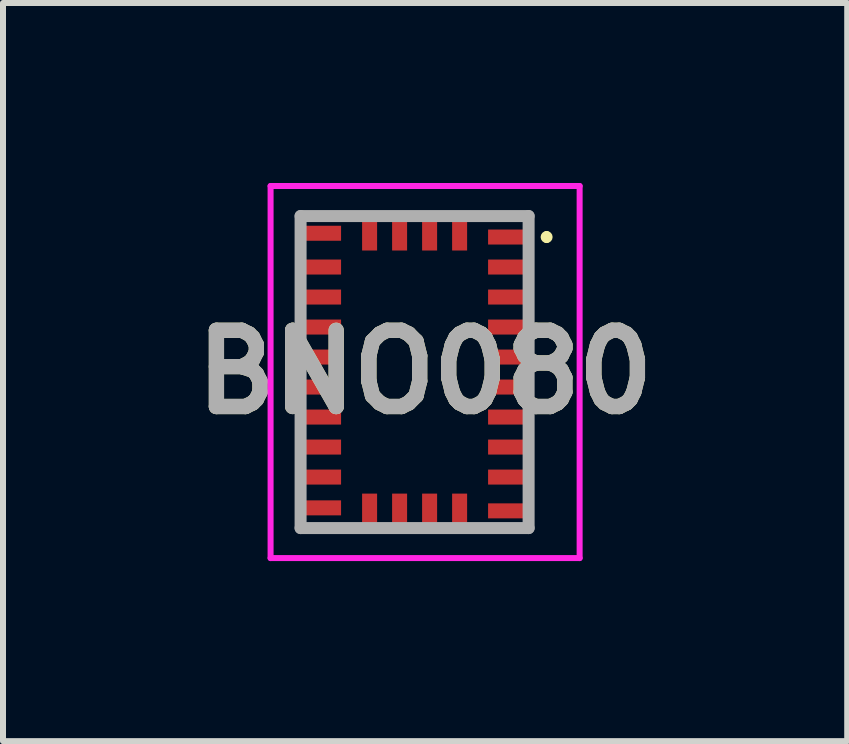
<source format=kicad_pcb>
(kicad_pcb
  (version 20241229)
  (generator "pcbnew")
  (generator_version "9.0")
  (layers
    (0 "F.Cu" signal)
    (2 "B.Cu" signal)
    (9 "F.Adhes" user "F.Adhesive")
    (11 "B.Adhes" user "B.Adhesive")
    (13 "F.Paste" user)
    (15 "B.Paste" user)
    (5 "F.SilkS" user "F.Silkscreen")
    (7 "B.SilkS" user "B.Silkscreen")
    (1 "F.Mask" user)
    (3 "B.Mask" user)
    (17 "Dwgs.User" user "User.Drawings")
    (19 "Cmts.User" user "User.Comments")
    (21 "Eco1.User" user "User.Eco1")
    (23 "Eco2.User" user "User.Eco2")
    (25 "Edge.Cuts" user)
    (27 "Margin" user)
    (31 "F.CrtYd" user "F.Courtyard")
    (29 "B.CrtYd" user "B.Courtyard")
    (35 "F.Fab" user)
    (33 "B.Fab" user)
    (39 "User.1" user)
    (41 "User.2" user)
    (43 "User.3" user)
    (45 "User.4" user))
  (footprint "BNO080"
    (layer "F.Cu")
    (at 4.034 3.15)
    (property "Reference" "BNO080" (at 0 0 0) (layer "F.SilkS") (effects (font (size 1.27 1.27) (thickness 0.254))))
    (attr smd)
    (fp_line (start -2.075 2.6) (end -1.275 2.6) (stroke (width 0.1) (type solid)) (layer "F.SilkS"))
    (fp_line (start -1.275 -2.6) (end -2.075 -2.6) (stroke (width 0.1) (type solid)) (layer "F.SilkS"))
    (fp_line (start 0.925 -2.6) (end 1.725 -2.6) (stroke (width 0.1) (type solid)) (layer "F.SilkS"))
    (fp_line (start 0.925 2.6) (end 1.725 2.6) (stroke (width 0.1) (type solid)) (layer "F.SilkS"))
    (fp_line (start 2.025 -2.3) (end 2.025 -2.3) (stroke (width 0.1) (type solid)) (layer "F.SilkS"))
    (fp_line (start 2.025 -2.2) (end 2.025 -2.2) (stroke (width 0.1) (type solid)) (layer "F.SilkS"))
    (fp_arc (start 2.025 -2.3) (mid 2.075 -2.25) (end 2.025 -2.2) (stroke (width 0.1) (type solid)) (layer "F.SilkS"))
    (fp_arc (start 2.025 -2.2) (mid 1.975 -2.25) (end 2.025 -2.3) (stroke (width 0.1) (type solid)) (layer "F.SilkS"))
    (fp_line (start -2.575 -3.1) (end 2.575 -3.1) (stroke (width 0.1) (type solid)) (layer "F.CrtYd"))
    (fp_line (start -2.575 3.1) (end -2.575 -3.1) (stroke (width 0.1) (type solid)) (layer "F.CrtYd"))
    (fp_line (start 2.575 -3.1) (end 2.575 3.1) (stroke (width 0.1) (type solid)) (layer "F.CrtYd"))
    (fp_line (start 2.575 3.1) (end -2.575 3.1) (stroke (width 0.1) (type solid)) (layer "F.CrtYd"))
    (fp_line (start -2.075 -2.6) (end 1.725 -2.6) (stroke (width 0.2) (type solid)) (layer "F.Fab"))
    (fp_line (start -2.075 2.6) (end -2.075 -2.6) (stroke (width 0.2) (type solid)) (layer "F.Fab"))
    (fp_line (start 1.725 -2.6) (end 1.725 2.6) (stroke (width 0.2) (type solid)) (layer "F.Fab"))
    (fp_line (start 1.725 2.6) (end -2.075 2.6) (stroke (width 0.2) (type solid)) (layer "F.Fab"))
    (fp_text user "${REFERENCE}" (at 0 0 0) (layer "F.Fab") (effects (font (size 1.27 1.27) (thickness 0.254))))
    (pad "1" smd rect (at 1.387 -2.25 90) (size 0.25 0.675) (layers "F.Cu" "F.Mask" "F.Paste"))
    (pad "2" smd rect (at 0.575 -2.313) (size 0.25 0.575) (layers "F.Cu" "F.Mask" "F.Paste"))
    (pad "3" smd rect (at 0.075 -2.313) (size 0.25 0.575) (layers "F.Cu" "F.Mask" "F.Paste"))
    (pad "4" smd rect (at -0.425 -2.313) (size 0.25 0.575) (layers "F.Cu" "F.Mask" "F.Paste"))
    (pad "5" smd rect (at -0.925 -2.313) (size 0.25 0.575) (layers "F.Cu" "F.Mask" "F.Paste"))
    (pad "6" smd rect (at -1.738 -2.313 90) (size 0.25 0.675) (layers "F.Cu" "F.Mask" "F.Paste"))
    (pad "7" smd rect (at -1.738 -1.75 90) (size 0.25 0.675) (layers "F.Cu" "F.Mask" "F.Paste"))
    (pad "8" smd rect (at -1.738 -1.25 90) (size 0.25 0.675) (layers "F.Cu" "F.Mask" "F.Paste"))
    (pad "9" smd rect (at -1.738 -0.75 90) (size 0.25 0.675) (layers "F.Cu" "F.Mask" "F.Paste"))
    (pad "10" smd rect (at -1.738 -0.25 90) (size 0.25 0.675) (layers "F.Cu" "F.Mask" "F.Paste"))
    (pad "11" smd rect (at -1.738 0.25 90) (size 0.25 0.675) (layers "F.Cu" "F.Mask" "F.Paste"))
    (pad "12" smd rect (at -1.738 0.75 90) (size 0.25 0.675) (layers "F.Cu" "F.Mask" "F.Paste"))
    (pad "13" smd rect (at -1.738 1.25 90) (size 0.25 0.675) (layers "F.Cu" "F.Mask" "F.Paste"))
    (pad "14" smd rect (at -1.738 1.75 90) (size 0.25 0.675) (layers "F.Cu" "F.Mask" "F.Paste"))
    (pad "15" smd rect (at -1.738 2.263 90) (size 0.25 0.675) (layers "F.Cu" "F.Mask" "F.Paste"))
    (pad "16" smd rect (at -0.925 2.313) (size 0.25 0.575) (layers "F.Cu" "F.Mask" "F.Paste"))
    (pad "17" smd rect (at -0.425 2.313) (size 0.25 0.575) (layers "F.Cu" "F.Mask" "F.Paste"))
    (pad "18" smd rect (at 0.075 2.313) (size 0.25 0.575) (layers "F.Cu" "F.Mask" "F.Paste"))
    (pad "19" smd rect (at 0.575 2.313) (size 0.25 0.575) (layers "F.Cu" "F.Mask" "F.Paste"))
    (pad "20" smd rect (at 1.387 2.313 90) (size 0.25 0.675) (layers "F.Cu" "F.Mask" "F.Paste"))
    (pad "21" smd rect (at 1.387 1.75 90) (size 0.25 0.675) (layers "F.Cu" "F.Mask" "F.Paste"))
    (pad "22" smd rect (at 1.387 1.25 90) (size 0.25 0.675) (layers "F.Cu" "F.Mask" "F.Paste"))
    (pad "23" smd rect (at 1.387 0.75 90) (size 0.25 0.675) (layers "F.Cu" "F.Mask" "F.Paste"))
    (pad "24" smd rect (at 1.387 0.25 90) (size 0.25 0.675) (layers "F.Cu" "F.Mask" "F.Paste"))
    (pad "25" smd rect (at 1.387 -0.25 90) (size 0.25 0.675) (layers "F.Cu" "F.Mask" "F.Paste"))
    (pad "26" smd rect (at 1.387 -0.75 90) (size 0.25 0.675) (layers "F.Cu" "F.Mask" "F.Paste"))
    (pad "27" smd rect (at 1.387 -1.25 90) (size 0.25 0.675) (layers "F.Cu" "F.Mask" "F.Paste"))
    (pad "28" smd rect (at 1.387 -1.75 90) (size 0.25 0.675) (layers "F.Cu" "F.Mask" "F.Paste")))
  (gr_rect
    (start -3 -3)
    (end 11.068 9.3)
    (stroke (width 0.1) (type default))
    (fill no)
    (layer "Edge.Cuts")))
</source>
